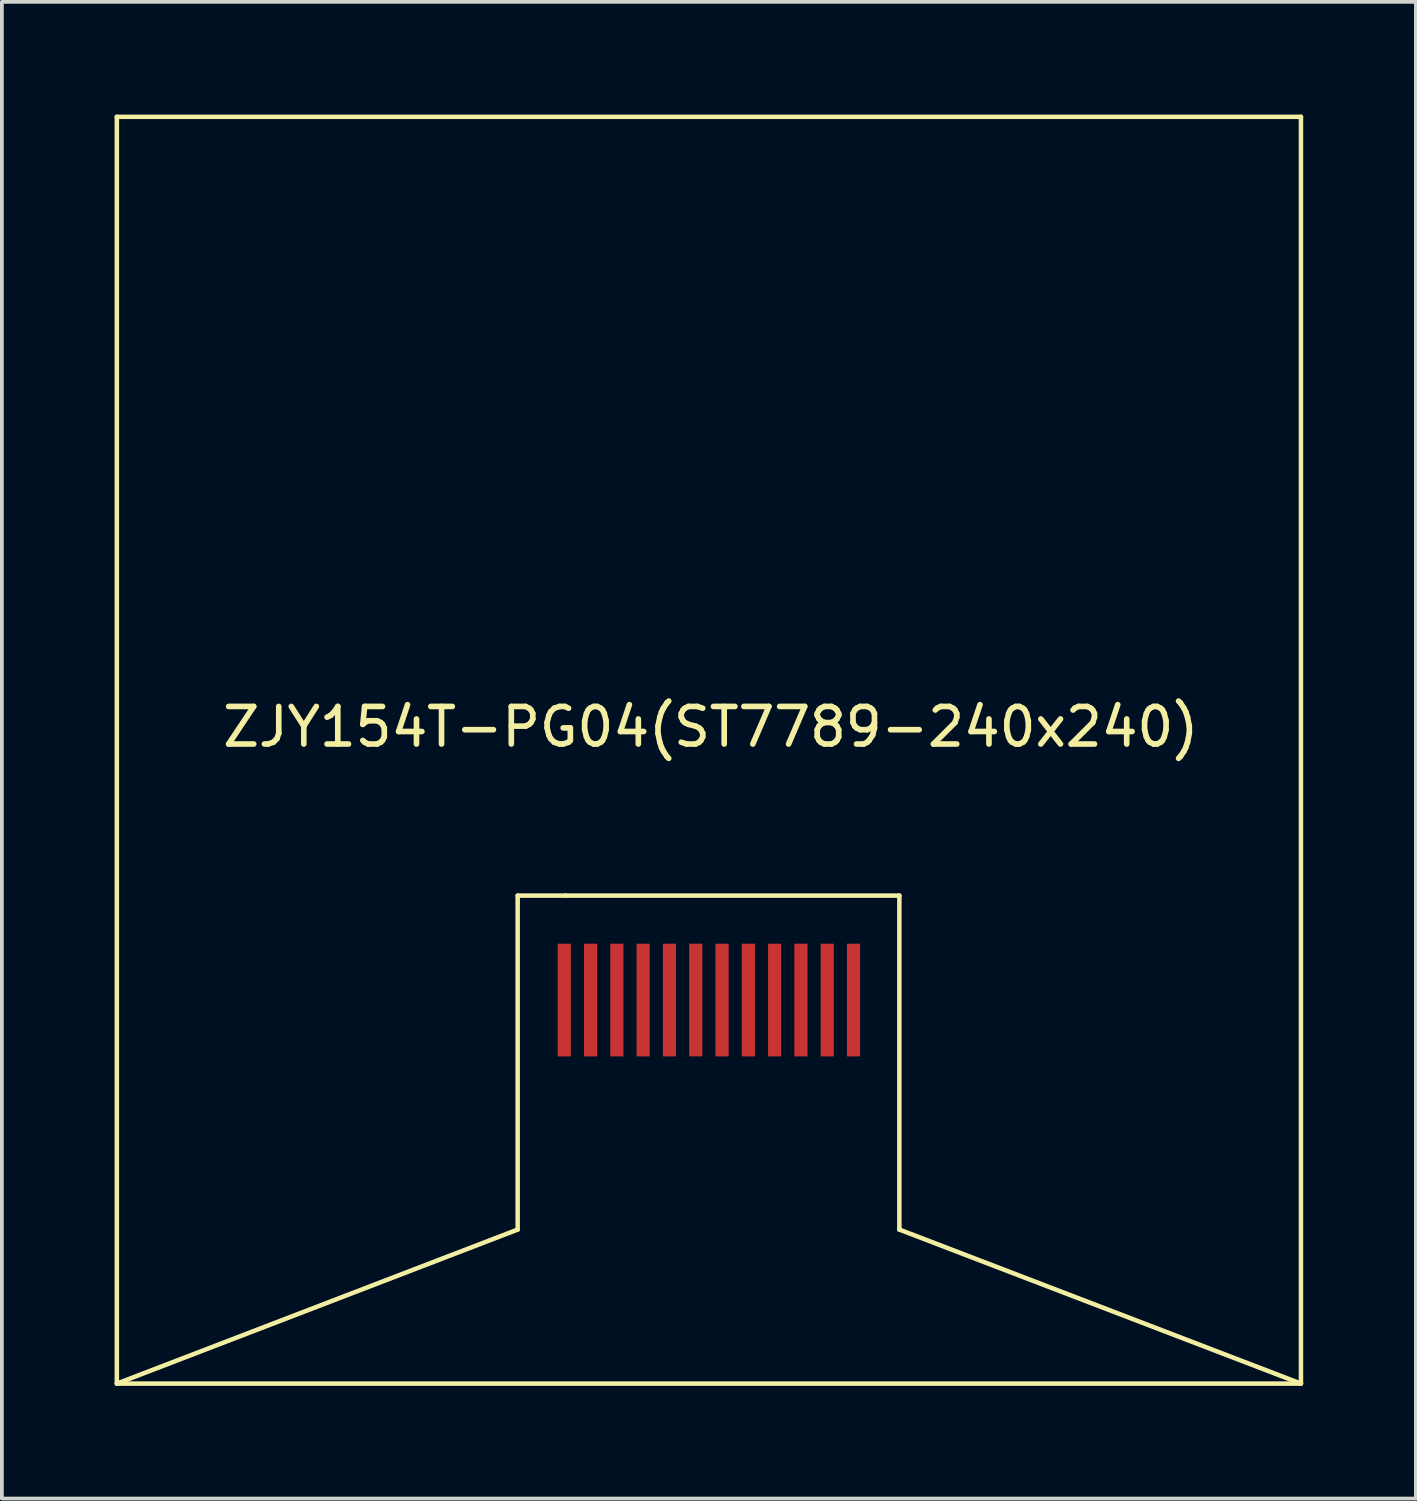
<source format=kicad_pcb>
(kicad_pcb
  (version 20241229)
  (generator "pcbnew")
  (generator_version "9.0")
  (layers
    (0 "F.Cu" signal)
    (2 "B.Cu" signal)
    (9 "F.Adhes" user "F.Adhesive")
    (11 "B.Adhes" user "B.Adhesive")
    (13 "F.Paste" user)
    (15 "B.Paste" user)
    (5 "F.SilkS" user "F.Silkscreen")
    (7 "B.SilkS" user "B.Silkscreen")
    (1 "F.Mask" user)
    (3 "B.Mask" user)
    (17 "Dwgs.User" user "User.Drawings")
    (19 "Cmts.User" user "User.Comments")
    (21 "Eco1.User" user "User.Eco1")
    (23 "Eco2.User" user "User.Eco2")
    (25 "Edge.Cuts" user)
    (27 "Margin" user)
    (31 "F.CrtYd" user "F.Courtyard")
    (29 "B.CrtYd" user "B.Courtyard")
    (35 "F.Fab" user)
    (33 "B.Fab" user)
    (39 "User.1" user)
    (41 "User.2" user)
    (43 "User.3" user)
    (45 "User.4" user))
  (footprint "ZJY154T-PG04(ST7789-240x240)"
    (layer "F.Cu")
    (at 15.81 16.98)
    (property "Reference" "ZJY154T-PG04(ST7789-240x240)" (at 0.06 -0.68 0) (layer "F.SilkS") (effects (font (size 1 1) (thickness 0.15))))
    (attr smd)
    (fp_line (start -15.75 -16.92) (end -15.75 16.8) (stroke (width 0.12) (type solid)) (layer "F.SilkS"))
    (fp_line (start -15.75 16.8) (end 15.77 16.8) (stroke (width 0.12) (type solid)) (layer "F.SilkS"))
    (fp_line (start -5.08 3.81) (end -5.08 12.7) (stroke (width 0.12) (type solid)) (layer "F.SilkS"))
    (fp_line (start -5.08 12.7) (end -15.75 16.8) (stroke (width 0.12) (type solid)) (layer "F.SilkS"))
    (fp_line (start -3.81 3.81) (end -5.08 3.81) (stroke (width 0.12) (type solid)) (layer "F.SilkS"))
    (fp_line (start -3.81 3.81) (end 5.08 3.81) (stroke (width 0.12) (type solid)) (layer "F.SilkS"))
    (fp_line (start 5.08 3.81) (end 5.08 12.7) (stroke (width 0.12) (type solid)) (layer "F.SilkS"))
    (fp_line (start 5.08 12.7) (end 15.77 16.8) (stroke (width 0.12) (type solid)) (layer "F.SilkS"))
    (fp_line (start 15.77 -16.92) (end -15.75 -16.92) (stroke (width 0.12) (type solid)) (layer "F.SilkS"))
    (fp_line (start 15.77 16.8) (end 15.77 -16.92) (stroke (width 0.12) (type solid)) (layer "F.SilkS"))
    (pad "1" smd rect (at 3.86 6.59 180) (size 0.35 3) (layers "F.Cu" "F.Mask" "F.Paste"))
    (pad "2" smd rect (at 3.16 6.59 180) (size 0.35 3) (layers "F.Cu" "F.Mask" "F.Paste"))
    (pad "3" smd rect (at 2.46 6.59 180) (size 0.35 3) (layers "F.Cu" "F.Mask" "F.Paste"))
    (pad "4" smd rect (at 1.76 6.59 180) (size 0.35 3) (layers "F.Cu" "F.Mask" "F.Paste"))
    (pad "5" smd rect (at 1.06 6.59 180) (size 0.35 3) (layers "F.Cu" "F.Mask" "F.Paste"))
    (pad "6" smd rect (at 0.36 6.59 180) (size 0.35 3) (layers "F.Cu" "F.Mask" "F.Paste"))
    (pad "7" smd rect (at -0.34 6.59 180) (size 0.35 3) (layers "F.Cu" "F.Mask" "F.Paste"))
    (pad "8" smd rect (at -1.04 6.59 180) (size 0.35 3) (layers "F.Cu" "F.Mask" "F.Paste"))
    (pad "9" smd rect (at -1.74 6.59 180) (size 0.35 3) (layers "F.Cu" "F.Mask" "F.Paste"))
    (pad "10" smd rect (at -2.44 6.59 180) (size 0.35 3) (layers "F.Cu" "F.Mask" "F.Paste"))
    (pad "11" smd rect (at -3.14 6.59 180) (size 0.35 3) (layers "F.Cu" "F.Mask" "F.Paste"))
    (pad "12" smd rect (at -3.84 6.59 180) (size 0.35 3) (layers "F.Cu" "F.Mask" "F.Paste")))
  (gr_rect
    (start -3 -3)
    (end 34.64 36.84)
    (stroke (width 0.1) (type default))
    (fill no)
    (layer "Edge.Cuts")))
</source>
